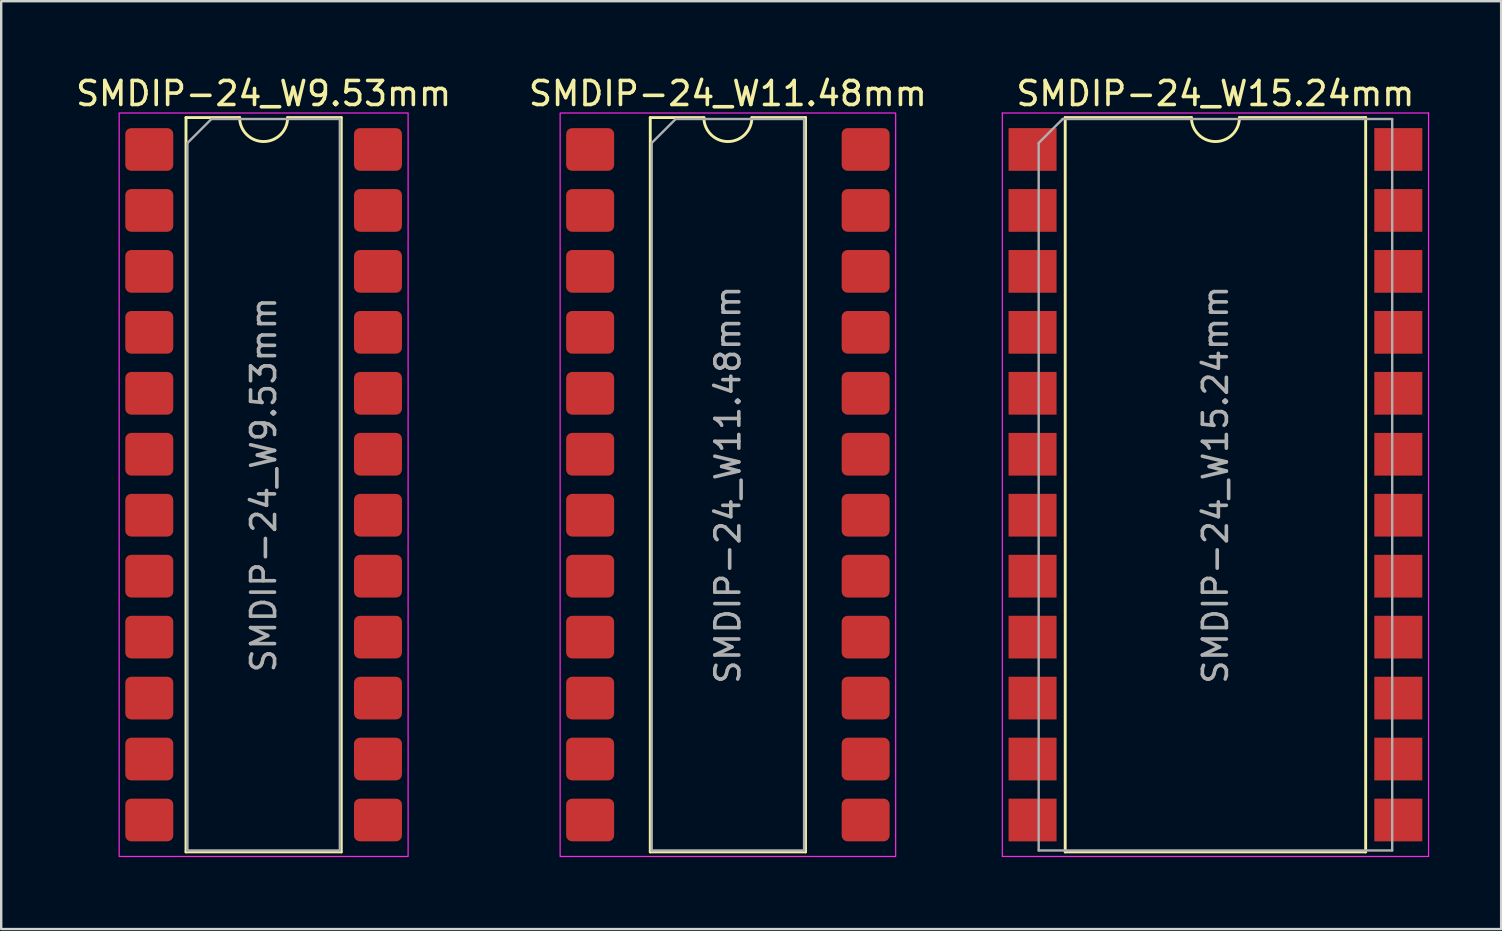
<source format=kicad_pcb>
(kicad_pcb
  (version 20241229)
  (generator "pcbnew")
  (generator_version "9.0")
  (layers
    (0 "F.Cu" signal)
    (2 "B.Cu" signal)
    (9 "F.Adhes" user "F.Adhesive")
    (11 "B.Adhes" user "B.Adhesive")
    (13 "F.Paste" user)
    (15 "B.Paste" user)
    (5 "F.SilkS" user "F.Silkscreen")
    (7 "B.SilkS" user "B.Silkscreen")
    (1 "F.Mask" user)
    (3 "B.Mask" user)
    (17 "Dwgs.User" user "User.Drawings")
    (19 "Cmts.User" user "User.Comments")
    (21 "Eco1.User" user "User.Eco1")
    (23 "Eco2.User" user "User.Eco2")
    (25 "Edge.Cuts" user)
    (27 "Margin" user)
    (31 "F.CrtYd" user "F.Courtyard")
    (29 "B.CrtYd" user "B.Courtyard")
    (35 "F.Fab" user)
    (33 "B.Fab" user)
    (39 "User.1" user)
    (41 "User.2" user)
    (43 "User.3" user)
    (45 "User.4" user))
  (footprint "SMDIP-24_W11.48mm"
    (layer "F.Cu")
    (at 27.28 17.148)
    (property "Reference" "SMDIP-24_W11.48mm" (at 0 -16.3 0) (layer "F.SilkS") (effects (font (size 1 1) (thickness 0.15))))
    (attr smd)
    (fp_line (start -3.235 -15.3) (end -3.235 15.3) (stroke (width 0.12) (type solid)) (layer "F.SilkS"))
    (fp_line (start -3.235 15.3) (end 3.235 15.3) (stroke (width 0.12) (type solid)) (layer "F.SilkS"))
    (fp_line (start -1 -15.3) (end -3.235 -15.3) (stroke (width 0.12) (type solid)) (layer "F.SilkS"))
    (fp_line (start 3.235 -15.3) (end 1 -15.3) (stroke (width 0.12) (type solid)) (layer "F.SilkS"))
    (fp_line (start 3.235 15.3) (end 3.235 -15.3) (stroke (width 0.12) (type solid)) (layer "F.SilkS"))
    (fp_arc (start 1 -15.3) (mid 0 -14.3) (end -1 -15.3) (stroke (width 0.12) (type solid)) (layer "F.SilkS"))
    (fp_rect (start -6.99 -15.49) (end 6.99 15.49) (stroke (width 0.05) (type solid)) (fill no) (layer "F.CrtYd"))
    (fp_line (start -3.175 -14.24) (end -2.175 -15.24) (stroke (width 0.1) (type solid)) (layer "F.Fab"))
    (fp_line (start -3.175 15.24) (end -3.175 -14.24) (stroke (width 0.1) (type solid)) (layer "F.Fab"))
    (fp_line (start -2.175 -15.24) (end 3.175 -15.24) (stroke (width 0.1) (type solid)) (layer "F.Fab"))
    (fp_line (start 3.175 -15.24) (end 3.175 15.24) (stroke (width 0.1) (type solid)) (layer "F.Fab"))
    (fp_line (start 3.175 15.24) (end -3.175 15.24) (stroke (width 0.1) (type solid)) (layer "F.Fab"))
    (fp_text user "${REFERENCE}" (at 0 0 90) (layer "F.Fab") (effects (font (size 1 1) (thickness 0.15))))
    (pad "1" smd roundrect (at -5.74 -13.97) (size 2 1.78) (layers "F.Cu" "F.Mask" "F.Paste") (roundrect_rratio 0.14))
    (pad "2" smd roundrect (at -5.74 -11.43) (size 2 1.78) (layers "F.Cu" "F.Mask" "F.Paste") (roundrect_rratio 0.14))
    (pad "3" smd roundrect (at -5.74 -8.89) (size 2 1.78) (layers "F.Cu" "F.Mask" "F.Paste") (roundrect_rratio 0.14))
    (pad "4" smd roundrect (at -5.74 -6.35) (size 2 1.78) (layers "F.Cu" "F.Mask" "F.Paste") (roundrect_rratio 0.14))
    (pad "5" smd roundrect (at -5.74 -3.81) (size 2 1.78) (layers "F.Cu" "F.Mask" "F.Paste") (roundrect_rratio 0.14))
    (pad "6" smd roundrect (at -5.74 -1.27) (size 2 1.78) (layers "F.Cu" "F.Mask" "F.Paste") (roundrect_rratio 0.14))
    (pad "7" smd roundrect (at -5.74 1.27) (size 2 1.78) (layers "F.Cu" "F.Mask" "F.Paste") (roundrect_rratio 0.14))
    (pad "8" smd roundrect (at -5.74 3.81) (size 2 1.78) (layers "F.Cu" "F.Mask" "F.Paste") (roundrect_rratio 0.14))
    (pad "9" smd roundrect (at -5.74 6.35) (size 2 1.78) (layers "F.Cu" "F.Mask" "F.Paste") (roundrect_rratio 0.14))
    (pad "10" smd roundrect (at -5.74 8.89) (size 2 1.78) (layers "F.Cu" "F.Mask" "F.Paste") (roundrect_rratio 0.14))
    (pad "11" smd roundrect (at -5.74 11.43) (size 2 1.78) (layers "F.Cu" "F.Mask" "F.Paste") (roundrect_rratio 0.14))
    (pad "12" smd roundrect (at -5.74 13.97) (size 2 1.78) (layers "F.Cu" "F.Mask" "F.Paste") (roundrect_rratio 0.14))
    (pad "13" smd roundrect (at 5.74 13.97) (size 2 1.78) (layers "F.Cu" "F.Mask" "F.Paste") (roundrect_rratio 0.14))
    (pad "14" smd roundrect (at 5.74 11.43) (size 2 1.78) (layers "F.Cu" "F.Mask" "F.Paste") (roundrect_rratio 0.14))
    (pad "15" smd roundrect (at 5.74 8.89) (size 2 1.78) (layers "F.Cu" "F.Mask" "F.Paste") (roundrect_rratio 0.14))
    (pad "16" smd roundrect (at 5.74 6.35) (size 2 1.78) (layers "F.Cu" "F.Mask" "F.Paste") (roundrect_rratio 0.14))
    (pad "17" smd roundrect (at 5.74 3.81) (size 2 1.78) (layers "F.Cu" "F.Mask" "F.Paste") (roundrect_rratio 0.14))
    (pad "18" smd roundrect (at 5.74 1.27) (size 2 1.78) (layers "F.Cu" "F.Mask" "F.Paste") (roundrect_rratio 0.14))
    (pad "19" smd roundrect (at 5.74 -1.27) (size 2 1.78) (layers "F.Cu" "F.Mask" "F.Paste") (roundrect_rratio 0.14))
    (pad "20" smd roundrect (at 5.74 -3.81) (size 2 1.78) (layers "F.Cu" "F.Mask" "F.Paste") (roundrect_rratio 0.14))
    (pad "21" smd roundrect (at 5.74 -6.35) (size 2 1.78) (layers "F.Cu" "F.Mask" "F.Paste") (roundrect_rratio 0.14))
    (pad "22" smd roundrect (at 5.74 -8.89) (size 2 1.78) (layers "F.Cu" "F.Mask" "F.Paste") (roundrect_rratio 0.14))
    (pad "23" smd roundrect (at 5.74 -11.43) (size 2 1.78) (layers "F.Cu" "F.Mask" "F.Paste") (roundrect_rratio 0.14))
    (pad "24" smd roundrect (at 5.74 -13.97) (size 2 1.78) (layers "F.Cu" "F.Mask" "F.Paste") (roundrect_rratio 0.14)))
  (footprint "SMDIP-24_W9.53mm"
    (layer "F.Cu")
    (at 7.935 17.148)
    (property "Reference" "SMDIP-24_W9.53mm" (at 0 -16.3 0) (layer "F.SilkS") (effects (font (size 1 1) (thickness 0.15))))
    (attr smd)
    (fp_line (start -3.235 -15.3) (end -3.235 15.3) (stroke (width 0.12) (type solid)) (layer "F.SilkS"))
    (fp_line (start -3.235 15.3) (end 3.235 15.3) (stroke (width 0.12) (type solid)) (layer "F.SilkS"))
    (fp_line (start -1 -15.3) (end -3.235 -15.3) (stroke (width 0.12) (type solid)) (layer "F.SilkS"))
    (fp_line (start 3.235 -15.3) (end 1 -15.3) (stroke (width 0.12) (type solid)) (layer "F.SilkS"))
    (fp_line (start 3.235 15.3) (end 3.235 -15.3) (stroke (width 0.12) (type solid)) (layer "F.SilkS"))
    (fp_arc (start 1 -15.3) (mid 0 -14.3) (end -1 -15.3) (stroke (width 0.12) (type solid)) (layer "F.SilkS"))
    (fp_rect (start -6.02 -15.49) (end 6.02 15.49) (stroke (width 0.05) (type solid)) (fill no) (layer "F.CrtYd"))
    (fp_line (start -3.175 -14.24) (end -2.175 -15.24) (stroke (width 0.1) (type solid)) (layer "F.Fab"))
    (fp_line (start -3.175 15.24) (end -3.175 -14.24) (stroke (width 0.1) (type solid)) (layer "F.Fab"))
    (fp_line (start -2.175 -15.24) (end 3.175 -15.24) (stroke (width 0.1) (type solid)) (layer "F.Fab"))
    (fp_line (start 3.175 -15.24) (end 3.175 15.24) (stroke (width 0.1) (type solid)) (layer "F.Fab"))
    (fp_line (start 3.175 15.24) (end -3.175 15.24) (stroke (width 0.1) (type solid)) (layer "F.Fab"))
    (fp_text user "${REFERENCE}" (at 0 0 90) (layer "F.Fab") (effects (font (size 1 1) (thickness 0.15))))
    (pad "1" smd roundrect (at -4.765 -13.97) (size 2 1.78) (layers "F.Cu" "F.Mask" "F.Paste") (roundrect_rratio 0.14))
    (pad "2" smd roundrect (at -4.765 -11.43) (size 2 1.78) (layers "F.Cu" "F.Mask" "F.Paste") (roundrect_rratio 0.14))
    (pad "3" smd roundrect (at -4.765 -8.89) (size 2 1.78) (layers "F.Cu" "F.Mask" "F.Paste") (roundrect_rratio 0.14))
    (pad "4" smd roundrect (at -4.765 -6.35) (size 2 1.78) (layers "F.Cu" "F.Mask" "F.Paste") (roundrect_rratio 0.14))
    (pad "5" smd roundrect (at -4.765 -3.81) (size 2 1.78) (layers "F.Cu" "F.Mask" "F.Paste") (roundrect_rratio 0.14))
    (pad "6" smd roundrect (at -4.765 -1.27) (size 2 1.78) (layers "F.Cu" "F.Mask" "F.Paste") (roundrect_rratio 0.14))
    (pad "7" smd roundrect (at -4.765 1.27) (size 2 1.78) (layers "F.Cu" "F.Mask" "F.Paste") (roundrect_rratio 0.14))
    (pad "8" smd roundrect (at -4.765 3.81) (size 2 1.78) (layers "F.Cu" "F.Mask" "F.Paste") (roundrect_rratio 0.14))
    (pad "9" smd roundrect (at -4.765 6.35) (size 2 1.78) (layers "F.Cu" "F.Mask" "F.Paste") (roundrect_rratio 0.14))
    (pad "10" smd roundrect (at -4.765 8.89) (size 2 1.78) (layers "F.Cu" "F.Mask" "F.Paste") (roundrect_rratio 0.14))
    (pad "11" smd roundrect (at -4.765 11.43) (size 2 1.78) (layers "F.Cu" "F.Mask" "F.Paste") (roundrect_rratio 0.14))
    (pad "12" smd roundrect (at -4.765 13.97) (size 2 1.78) (layers "F.Cu" "F.Mask" "F.Paste") (roundrect_rratio 0.14))
    (pad "13" smd roundrect (at 4.765 13.97) (size 2 1.78) (layers "F.Cu" "F.Mask" "F.Paste") (roundrect_rratio 0.14))
    (pad "14" smd roundrect (at 4.765 11.43) (size 2 1.78) (layers "F.Cu" "F.Mask" "F.Paste") (roundrect_rratio 0.14))
    (pad "15" smd roundrect (at 4.765 8.89) (size 2 1.78) (layers "F.Cu" "F.Mask" "F.Paste") (roundrect_rratio 0.14))
    (pad "16" smd roundrect (at 4.765 6.35) (size 2 1.78) (layers "F.Cu" "F.Mask" "F.Paste") (roundrect_rratio 0.14))
    (pad "17" smd roundrect (at 4.765 3.81) (size 2 1.78) (layers "F.Cu" "F.Mask" "F.Paste") (roundrect_rratio 0.14))
    (pad "18" smd roundrect (at 4.765 1.27) (size 2 1.78) (layers "F.Cu" "F.Mask" "F.Paste") (roundrect_rratio 0.14))
    (pad "19" smd roundrect (at 4.765 -1.27) (size 2 1.78) (layers "F.Cu" "F.Mask" "F.Paste") (roundrect_rratio 0.14))
    (pad "20" smd roundrect (at 4.765 -3.81) (size 2 1.78) (layers "F.Cu" "F.Mask" "F.Paste") (roundrect_rratio 0.14))
    (pad "21" smd roundrect (at 4.765 -6.35) (size 2 1.78) (layers "F.Cu" "F.Mask" "F.Paste") (roundrect_rratio 0.14))
    (pad "22" smd roundrect (at 4.765 -8.89) (size 2 1.78) (layers "F.Cu" "F.Mask" "F.Paste") (roundrect_rratio 0.14))
    (pad "23" smd roundrect (at 4.765 -11.43) (size 2 1.78) (layers "F.Cu" "F.Mask" "F.Paste") (roundrect_rratio 0.14))
    (pad "24" smd roundrect (at 4.765 -13.97) (size 2 1.78) (layers "F.Cu" "F.Mask" "F.Paste") (roundrect_rratio 0.14)))
  (footprint "SMDIP-24_W15.24mm"
    (layer "F.Cu")
    (at 47.595 17.148)
    (property "Reference" "SMDIP-24_W15.24mm" (at 0 -16.3 0) (layer "F.SilkS") (effects (font (size 1 1) (thickness 0.15))))
    (attr smd)
    (fp_line (start -6.26 -15.3) (end -6.26 15.3) (stroke (width 0.12) (type solid)) (layer "F.SilkS"))
    (fp_line (start -6.26 15.3) (end 6.26 15.3) (stroke (width 0.12) (type solid)) (layer "F.SilkS"))
    (fp_line (start -1 -15.3) (end -6.26 -15.3) (stroke (width 0.12) (type solid)) (layer "F.SilkS"))
    (fp_line (start 6.26 -15.3) (end 1 -15.3) (stroke (width 0.12) (type solid)) (layer "F.SilkS"))
    (fp_line (start 6.26 15.3) (end 6.26 -15.3) (stroke (width 0.12) (type solid)) (layer "F.SilkS"))
    (fp_arc (start 1 -15.3) (mid 0 -14.3) (end -1 -15.3) (stroke (width 0.12) (type solid)) (layer "F.SilkS"))
    (fp_line (start -8.88 -15.49) (end -8.88 15.49) (stroke (width 0.05) (type solid)) (layer "F.CrtYd"))
    (fp_line (start -8.88 15.49) (end 8.88 15.49) (stroke (width 0.05) (type solid)) (layer "F.CrtYd"))
    (fp_line (start 8.88 -15.49) (end -8.88 -15.49) (stroke (width 0.05) (type solid)) (layer "F.CrtYd"))
    (fp_line (start 8.88 15.49) (end 8.88 -15.49) (stroke (width 0.05) (type solid)) (layer "F.CrtYd"))
    (fp_line (start -7.365 -14.24) (end -6.365 -15.24) (stroke (width 0.1) (type solid)) (layer "F.Fab"))
    (fp_line (start -7.365 15.24) (end -7.365 -14.24) (stroke (width 0.1) (type solid)) (layer "F.Fab"))
    (fp_line (start -6.365 -15.24) (end 7.365 -15.24) (stroke (width 0.1) (type solid)) (layer "F.Fab"))
    (fp_line (start 7.365 -15.24) (end 7.365 15.24) (stroke (width 0.1) (type solid)) (layer "F.Fab"))
    (fp_line (start 7.365 15.24) (end -7.365 15.24) (stroke (width 0.1) (type solid)) (layer "F.Fab"))
    (fp_text user "${REFERENCE}" (at 0 0 90) (layer "F.Fab") (effects (font (size 1 1) (thickness 0.15))))
    (pad "1" smd rect (at -7.62 -13.97) (size 2 1.78) (layers "F.Cu" "F.Mask" "F.Paste"))
    (pad "2" smd rect (at -7.62 -11.43) (size 2 1.78) (layers "F.Cu" "F.Mask" "F.Paste"))
    (pad "3" smd rect (at -7.62 -8.89) (size 2 1.78) (layers "F.Cu" "F.Mask" "F.Paste"))
    (pad "4" smd rect (at -7.62 -6.35) (size 2 1.78) (layers "F.Cu" "F.Mask" "F.Paste"))
    (pad "5" smd rect (at -7.62 -3.81) (size 2 1.78) (layers "F.Cu" "F.Mask" "F.Paste"))
    (pad "6" smd rect (at -7.62 -1.27) (size 2 1.78) (layers "F.Cu" "F.Mask" "F.Paste"))
    (pad "7" smd rect (at -7.62 1.27) (size 2 1.78) (layers "F.Cu" "F.Mask" "F.Paste"))
    (pad "8" smd rect (at -7.62 3.81) (size 2 1.78) (layers "F.Cu" "F.Mask" "F.Paste"))
    (pad "9" smd rect (at -7.62 6.35) (size 2 1.78) (layers "F.Cu" "F.Mask" "F.Paste"))
    (pad "10" smd rect (at -7.62 8.89) (size 2 1.78) (layers "F.Cu" "F.Mask" "F.Paste"))
    (pad "11" smd rect (at -7.62 11.43) (size 2 1.78) (layers "F.Cu" "F.Mask" "F.Paste"))
    (pad "12" smd rect (at -7.62 13.97) (size 2 1.78) (layers "F.Cu" "F.Mask" "F.Paste"))
    (pad "13" smd rect (at 7.62 13.97) (size 2 1.78) (layers "F.Cu" "F.Mask" "F.Paste"))
    (pad "14" smd rect (at 7.62 11.43) (size 2 1.78) (layers "F.Cu" "F.Mask" "F.Paste"))
    (pad "15" smd rect (at 7.62 8.89) (size 2 1.78) (layers "F.Cu" "F.Mask" "F.Paste"))
    (pad "16" smd rect (at 7.62 6.35) (size 2 1.78) (layers "F.Cu" "F.Mask" "F.Paste"))
    (pad "17" smd rect (at 7.62 3.81) (size 2 1.78) (layers "F.Cu" "F.Mask" "F.Paste"))
    (pad "18" smd rect (at 7.62 1.27) (size 2 1.78) (layers "F.Cu" "F.Mask" "F.Paste"))
    (pad "19" smd rect (at 7.62 -1.27) (size 2 1.78) (layers "F.Cu" "F.Mask" "F.Paste"))
    (pad "20" smd rect (at 7.62 -3.81) (size 2 1.78) (layers "F.Cu" "F.Mask" "F.Paste"))
    (pad "21" smd rect (at 7.62 -6.35) (size 2 1.78) (layers "F.Cu" "F.Mask" "F.Paste"))
    (pad "22" smd rect (at 7.62 -8.89) (size 2 1.78) (layers "F.Cu" "F.Mask" "F.Paste"))
    (pad "23" smd rect (at 7.62 -11.43) (size 2 1.78) (layers "F.Cu" "F.Mask" "F.Paste"))
    (pad "24" smd rect (at 7.62 -13.97) (size 2 1.78) (layers "F.Cu" "F.Mask" "F.Paste")))
  (gr_rect
    (start -3 -3)
    (end 59.5 35.663)
    (stroke (width 0.1) (type default))
    (fill no)
    (layer "Edge.Cuts")))
</source>
